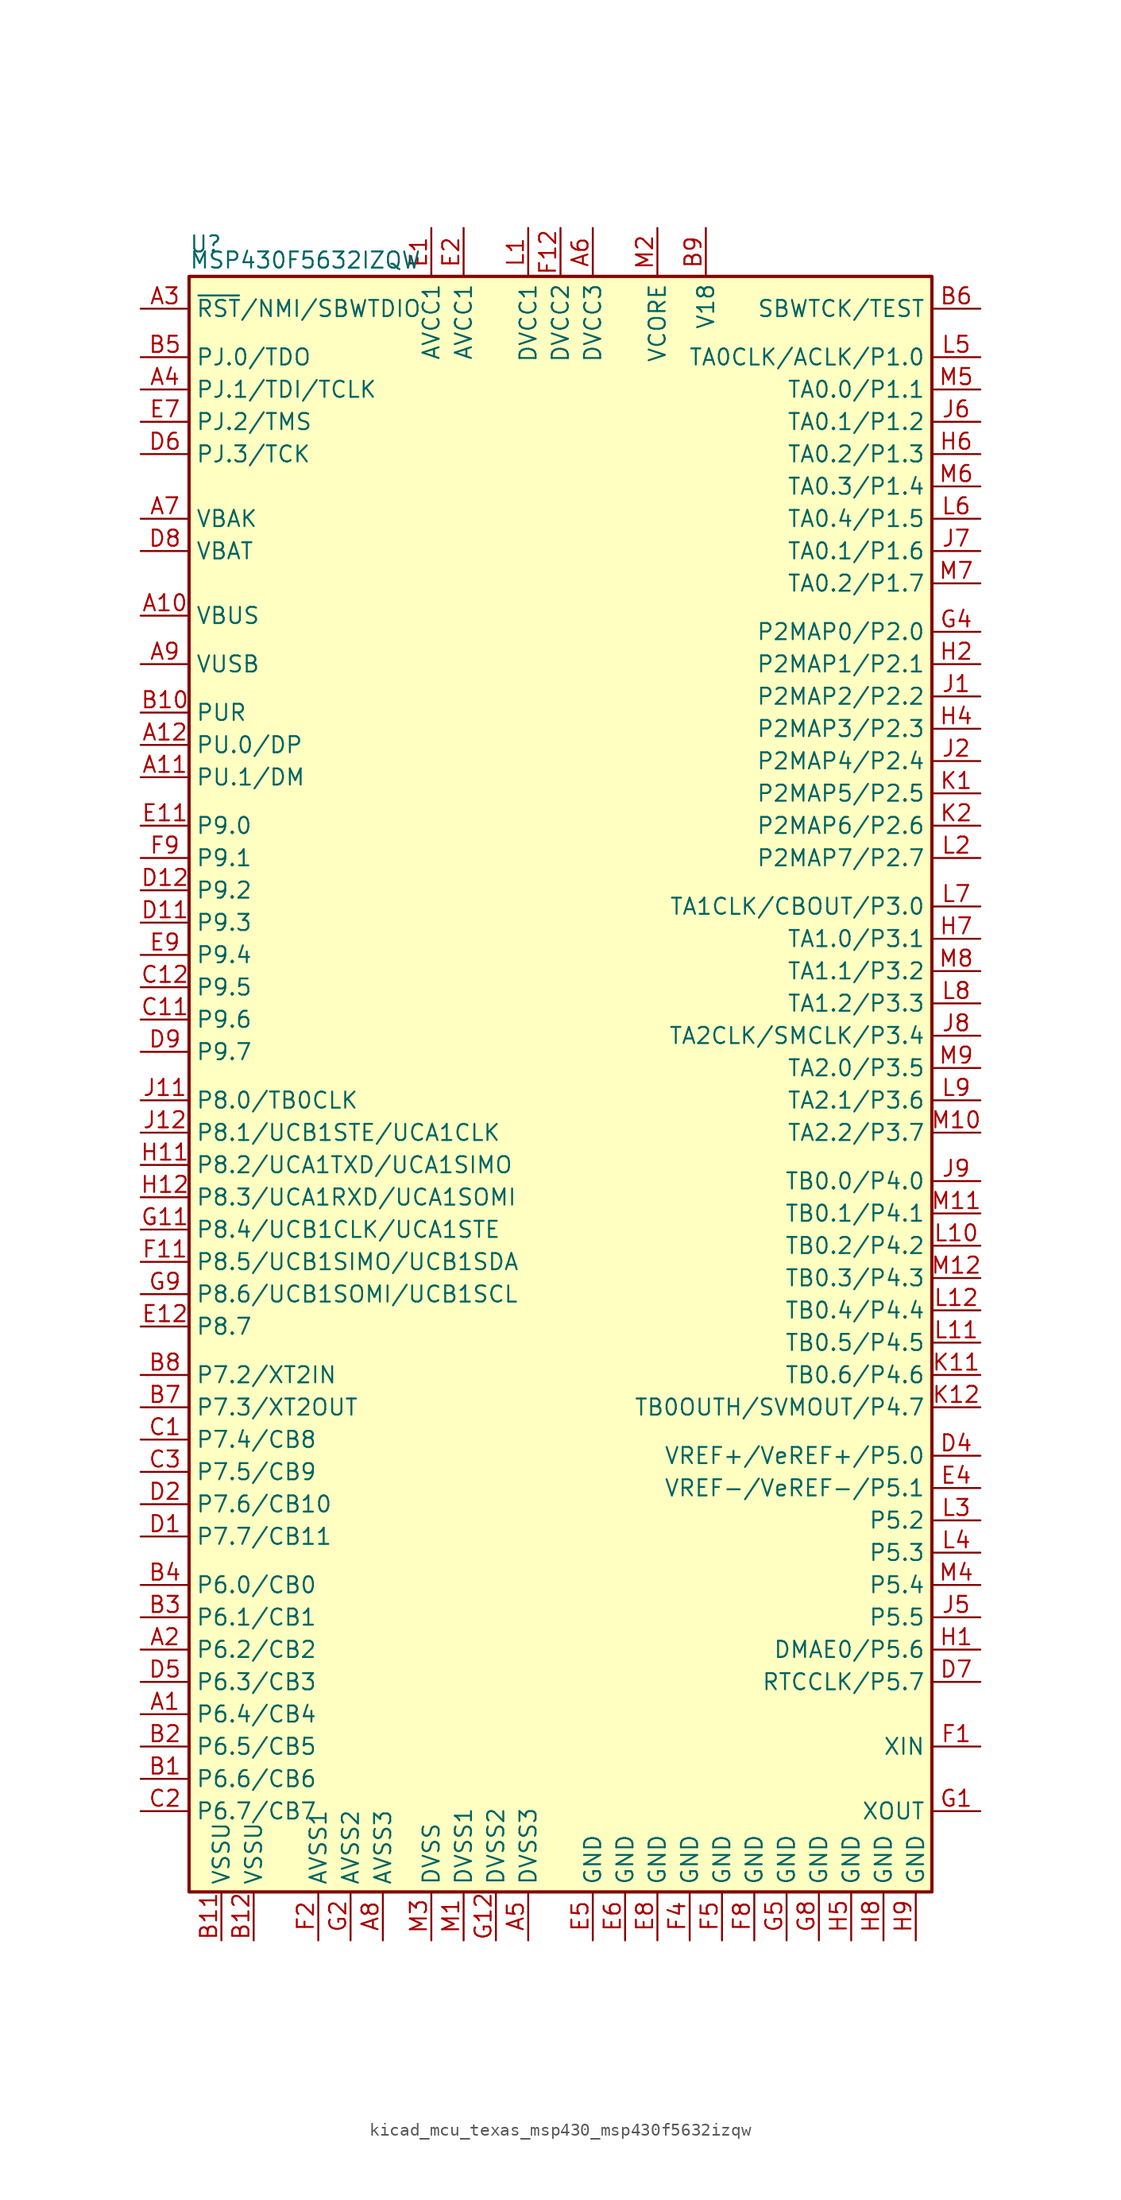
<source format=kicad_sym>
(kicad_symbol_lib
  (version 20220914)
  (generator kicad_symbol_editor)
  (symbol "kicad_mcu_texas_msp430_msp430f5632izqw"
    (property "Reference" "U"
      (at -29.21 66.04 0)
      (effects (font (size 1.27 1.27)) (justify left)))
    (property "Value" "MSP430F5632IZQW"
      (at -29.21 64.77 0)
      (effects (font (size 1.27 1.27)) (justify left)))
    (symbol "kicad_mcu_texas_msp430_msp430f5632izqw_0_1"
      (rectangle (start -29.21 63.5) (end 29.21 -63.5) (stroke (width 0.254) (type default)) (fill (type background))))
    (symbol "kicad_mcu_texas_msp430_msp430f5632izqw_1_1"
      (pin bidirectional line (at -33.02 -49.53 0) (length 3.81) (name "P6.4/CB4" (effects (font (size 1.27 1.27)))) (number "A1" (effects (font (size 1.27 1.27)))))
      (pin bidirectional line (at -33.02 36.83 0) (length 3.81) (name "VBUS" (effects (font (size 1.27 1.27)))) (number "A10" (effects (font (size 1.27 1.27)))))
      (pin bidirectional line (at -33.02 24.13 0) (length 3.81) (name "PU.1/DM" (effects (font (size 1.27 1.27)))) (number "A11" (effects (font (size 1.27 1.27)))))
      (pin bidirectional line (at -33.02 26.67 0) (length 3.81) (name "PU.0/DP" (effects (font (size 1.27 1.27)))) (number "A12" (effects (font (size 1.27 1.27)))))
      (pin bidirectional line (at -33.02 -44.45 0) (length 3.81) (name "P6.2/CB2" (effects (font (size 1.27 1.27)))) (number "A2" (effects (font (size 1.27 1.27)))))
      (pin input line (at -33.02 60.96 0) (length 3.81) (name "~{RST}/NMI/SBWTDIO" (effects (font (size 1.27 1.27)))) (number "A3" (effects (font (size 1.27 1.27)))))
      (pin bidirectional line (at -33.02 54.61 0) (length 3.81) (name "PJ.1/TDI/TCLK" (effects (font (size 1.27 1.27)))) (number "A4" (effects (font (size 1.27 1.27)))))
      (pin power_in line (at -2.54 -67.31 90) (length 3.81) (name "DVSS3" (effects (font (size 1.27 1.27)))) (number "A5" (effects (font (size 1.27 1.27)))))
      (pin power_in line (at 2.54 67.31 270) (length 3.81) (name "DVCC3" (effects (font (size 1.27 1.27)))) (number "A6" (effects (font (size 1.27 1.27)))))
      (pin bidirectional line (at -33.02 44.45 0) (length 3.81) (name "VBAK" (effects (font (size 1.27 1.27)))) (number "A7" (effects (font (size 1.27 1.27)))))
      (pin power_in line (at -13.97 -67.31 90) (length 3.81) (name "AVSS3" (effects (font (size 1.27 1.27)))) (number "A8" (effects (font (size 1.27 1.27)))))
      (pin bidirectional line (at -33.02 33.02 0) (length 3.81) (name "VUSB" (effects (font (size 1.27 1.27)))) (number "A9" (effects (font (size 1.27 1.27)))))
      (pin bidirectional line (at -33.02 -54.61 0) (length 3.81) (name "P6.6/CB6" (effects (font (size 1.27 1.27)))) (number "B1" (effects (font (size 1.27 1.27)))))
      (pin bidirectional line (at -33.02 29.21 0) (length 3.81) (name "PUR" (effects (font (size 1.27 1.27)))) (number "B10" (effects (font (size 1.27 1.27)))))
      (pin power_in line (at -26.67 -67.31 90) (length 3.81) (name "VSSU" (effects (font (size 1.27 1.27)))) (number "B11" (effects (font (size 1.27 1.27)))))
      (pin power_in line (at -24.13 -67.31 90) (length 3.81) (name "VSSU" (effects (font (size 1.27 1.27)))) (number "B12" (effects (font (size 1.27 1.27)))))
      (pin bidirectional line (at -33.02 -52.07 0) (length 3.81) (name "P6.5/CB5" (effects (font (size 1.27 1.27)))) (number "B2" (effects (font (size 1.27 1.27)))))
      (pin bidirectional line (at -33.02 -41.91 0) (length 3.81) (name "P6.1/CB1" (effects (font (size 1.27 1.27)))) (number "B3" (effects (font (size 1.27 1.27)))))
      (pin bidirectional line (at -33.02 -39.37 0) (length 3.81) (name "P6.0/CB0" (effects (font (size 1.27 1.27)))) (number "B4" (effects (font (size 1.27 1.27)))))
      (pin bidirectional line (at -33.02 57.15 0) (length 3.81) (name "PJ.0/TDO" (effects (font (size 1.27 1.27)))) (number "B5" (effects (font (size 1.27 1.27)))))
      (pin input line (at 33.02 60.96 180) (length 3.81) (name "SBWTCK/TEST" (effects (font (size 1.27 1.27)))) (number "B6" (effects (font (size 1.27 1.27)))))
      (pin bidirectional line (at -33.02 -25.4 0) (length 3.81) (name "P7.3/XT2OUT" (effects (font (size 1.27 1.27)))) (number "B7" (effects (font (size 1.27 1.27)))))
      (pin bidirectional line (at -33.02 -22.86 0) (length 3.81) (name "P7.2/XT2IN" (effects (font (size 1.27 1.27)))) (number "B8" (effects (font (size 1.27 1.27)))))
      (pin passive line (at 11.43 67.31 270) (length 3.81) (name "V18" (effects (font (size 1.27 1.27)))) (number "B9" (effects (font (size 1.27 1.27)))))
      (pin bidirectional line (at -33.02 -27.94 0) (length 3.81) (name "P7.4/CB8" (effects (font (size 1.27 1.27)))) (number "C1" (effects (font (size 1.27 1.27)))))
      (pin bidirectional line (at -33.02 5.08 0) (length 3.81) (name "P9.6" (effects (font (size 1.27 1.27)))) (number "C11" (effects (font (size 1.27 1.27)))))
      (pin bidirectional line (at -33.02 7.62 0) (length 3.81) (name "P9.5" (effects (font (size 1.27 1.27)))) (number "C12" (effects (font (size 1.27 1.27)))))
      (pin bidirectional line (at -33.02 -57.15 0) (length 3.81) (name "P6.7/CB7" (effects (font (size 1.27 1.27)))) (number "C2" (effects (font (size 1.27 1.27)))))
      (pin bidirectional line (at -33.02 -30.48 0) (length 3.81) (name "P7.5/CB9" (effects (font (size 1.27 1.27)))) (number "C3" (effects (font (size 1.27 1.27)))))
      (pin bidirectional line (at -33.02 -35.56 0) (length 3.81) (name "P7.7/CB11" (effects (font (size 1.27 1.27)))) (number "D1" (effects (font (size 1.27 1.27)))))
      (pin bidirectional line (at -33.02 12.7 0) (length 3.81) (name "P9.3" (effects (font (size 1.27 1.27)))) (number "D11" (effects (font (size 1.27 1.27)))))
      (pin bidirectional line (at -33.02 15.24 0) (length 3.81) (name "P9.2" (effects (font (size 1.27 1.27)))) (number "D12" (effects (font (size 1.27 1.27)))))
      (pin bidirectional line (at -33.02 -33.02 0) (length 3.81) (name "P7.6/CB10" (effects (font (size 1.27 1.27)))) (number "D2" (effects (font (size 1.27 1.27)))))
      (pin bidirectional line (at 33.02 -29.21 180) (length 3.81) (name "VREF+/VeREF+/P5.0" (effects (font (size 1.27 1.27)))) (number "D4" (effects (font (size 1.27 1.27)))))
      (pin bidirectional line (at -33.02 -46.99 0) (length 3.81) (name "P6.3/CB3" (effects (font (size 1.27 1.27)))) (number "D5" (effects (font (size 1.27 1.27)))))
      (pin bidirectional line (at -33.02 49.53 0) (length 3.81) (name "PJ.3/TCK" (effects (font (size 1.27 1.27)))) (number "D6" (effects (font (size 1.27 1.27)))))
      (pin bidirectional line (at 33.02 -46.99 180) (length 3.81) (name "RTCCLK/P5.7" (effects (font (size 1.27 1.27)))) (number "D7" (effects (font (size 1.27 1.27)))))
      (pin bidirectional line (at -33.02 41.91 0) (length 3.81) (name "VBAT" (effects (font (size 1.27 1.27)))) (number "D8" (effects (font (size 1.27 1.27)))))
      (pin bidirectional line (at -33.02 2.54 0) (length 3.81) (name "P9.7" (effects (font (size 1.27 1.27)))) (number "D9" (effects (font (size 1.27 1.27)))))
      (pin power_in line (at -10.16 67.31 270) (length 3.81) (name "AVCC1" (effects (font (size 1.27 1.27)))) (number "E1" (effects (font (size 1.27 1.27)))))
      (pin bidirectional line (at -33.02 20.32 0) (length 3.81) (name "P9.0" (effects (font (size 1.27 1.27)))) (number "E11" (effects (font (size 1.27 1.27)))))
      (pin bidirectional line (at -33.02 -19.05 0) (length 3.81) (name "P8.7" (effects (font (size 1.27 1.27)))) (number "E12" (effects (font (size 1.27 1.27)))))
      (pin power_in line (at -7.62 67.31 270) (length 3.81) (name "AVCC1" (effects (font (size 1.27 1.27)))) (number "E2" (effects (font (size 1.27 1.27)))))
      (pin bidirectional line (at 33.02 -31.75 180) (length 3.81) (name "VREF-/VeREF-/P5.1" (effects (font (size 1.27 1.27)))) (number "E4" (effects (font (size 1.27 1.27)))))
      (pin power_in line (at 2.54 -67.31 90) (length 3.81) (name "GND" (effects (font (size 1.27 1.27)))) (number "E5" (effects (font (size 1.27 1.27)))))
      (pin power_in line (at 5.08 -67.31 90) (length 3.81) (name "GND" (effects (font (size 1.27 1.27)))) (number "E6" (effects (font (size 1.27 1.27)))))
      (pin bidirectional line (at -33.02 52.07 0) (length 3.81) (name "PJ.2/TMS" (effects (font (size 1.27 1.27)))) (number "E7" (effects (font (size 1.27 1.27)))))
      (pin power_in line (at 7.62 -67.31 90) (length 3.81) (name "GND" (effects (font (size 1.27 1.27)))) (number "E8" (effects (font (size 1.27 1.27)))))
      (pin bidirectional line (at -33.02 10.16 0) (length 3.81) (name "P9.4" (effects (font (size 1.27 1.27)))) (number "E9" (effects (font (size 1.27 1.27)))))
      (pin bidirectional line (at 33.02 -52.07 180) (length 3.81) (name "XIN" (effects (font (size 1.27 1.27)))) (number "F1" (effects (font (size 1.27 1.27)))))
      (pin bidirectional line (at -33.02 -13.97 0) (length 3.81) (name "P8.5/UCB1SIMO/UCB1SDA" (effects (font (size 1.27 1.27)))) (number "F11" (effects (font (size 1.27 1.27)))))
      (pin power_in line (at 0 67.31 270) (length 3.81) (name "DVCC2" (effects (font (size 1.27 1.27)))) (number "F12" (effects (font (size 1.27 1.27)))))
      (pin power_in line (at -19.05 -67.31 90) (length 3.81) (name "AVSS1" (effects (font (size 1.27 1.27)))) (number "F2" (effects (font (size 1.27 1.27)))))
      (pin power_in line (at 10.16 -67.31 90) (length 3.81) (name "GND" (effects (font (size 1.27 1.27)))) (number "F4" (effects (font (size 1.27 1.27)))))
      (pin power_in line (at 12.7 -67.31 90) (length 3.81) (name "GND" (effects (font (size 1.27 1.27)))) (number "F5" (effects (font (size 1.27 1.27)))))
      (pin power_in line (at 15.24 -67.31 90) (length 3.81) (name "GND" (effects (font (size 1.27 1.27)))) (number "F8" (effects (font (size 1.27 1.27)))))
      (pin bidirectional line (at -33.02 17.78 0) (length 3.81) (name "P9.1" (effects (font (size 1.27 1.27)))) (number "F9" (effects (font (size 1.27 1.27)))))
      (pin bidirectional line (at 33.02 -57.15 180) (length 3.81) (name "XOUT" (effects (font (size 1.27 1.27)))) (number "G1" (effects (font (size 1.27 1.27)))))
      (pin bidirectional line (at -33.02 -11.43 0) (length 3.81) (name "P8.4/UCB1CLK/UCA1STE" (effects (font (size 1.27 1.27)))) (number "G11" (effects (font (size 1.27 1.27)))))
      (pin power_in line (at -5.08 -67.31 90) (length 3.81) (name "DVSS2" (effects (font (size 1.27 1.27)))) (number "G12" (effects (font (size 1.27 1.27)))))
      (pin power_in line (at -16.51 -67.31 90) (length 3.81) (name "AVSS2" (effects (font (size 1.27 1.27)))) (number "G2" (effects (font (size 1.27 1.27)))))
      (pin bidirectional line (at 33.02 35.56 180) (length 3.81) (name "P2MAP0/P2.0" (effects (font (size 1.27 1.27)))) (number "G4" (effects (font (size 1.27 1.27)))))
      (pin power_in line (at 17.78 -67.31 90) (length 3.81) (name "GND" (effects (font (size 1.27 1.27)))) (number "G5" (effects (font (size 1.27 1.27)))))
      (pin power_in line (at 20.32 -67.31 90) (length 3.81) (name "GND" (effects (font (size 1.27 1.27)))) (number "G8" (effects (font (size 1.27 1.27)))))
      (pin bidirectional line (at -33.02 -16.51 0) (length 3.81) (name "P8.6/UCB1SOMI/UCB1SCL" (effects (font (size 1.27 1.27)))) (number "G9" (effects (font (size 1.27 1.27)))))
      (pin bidirectional line (at 33.02 -44.45 180) (length 3.81) (name "DMAE0/P5.6" (effects (font (size 1.27 1.27)))) (number "H1" (effects (font (size 1.27 1.27)))))
      (pin bidirectional line (at -33.02 -6.35 0) (length 3.81) (name "P8.2/UCA1TXD/UCA1SIMO" (effects (font (size 1.27 1.27)))) (number "H11" (effects (font (size 1.27 1.27)))))
      (pin bidirectional line (at -33.02 -8.89 0) (length 3.81) (name "P8.3/UCA1RXD/UCA1SOMI" (effects (font (size 1.27 1.27)))) (number "H12" (effects (font (size 1.27 1.27)))))
      (pin bidirectional line (at 33.02 33.02 180) (length 3.81) (name "P2MAP1/P2.1" (effects (font (size 1.27 1.27)))) (number "H2" (effects (font (size 1.27 1.27)))))
      (pin bidirectional line (at 33.02 27.94 180) (length 3.81) (name "P2MAP3/P2.3" (effects (font (size 1.27 1.27)))) (number "H4" (effects (font (size 1.27 1.27)))))
      (pin power_in line (at 22.86 -67.31 90) (length 3.81) (name "GND" (effects (font (size 1.27 1.27)))) (number "H5" (effects (font (size 1.27 1.27)))))
      (pin bidirectional line (at 33.02 49.53 180) (length 3.81) (name "TA0.2/P1.3" (effects (font (size 1.27 1.27)))) (number "H6" (effects (font (size 1.27 1.27)))))
      (pin bidirectional line (at 33.02 11.43 180) (length 3.81) (name "TA1.0/P3.1" (effects (font (size 1.27 1.27)))) (number "H7" (effects (font (size 1.27 1.27)))))
      (pin power_in line (at 25.4 -67.31 90) (length 3.81) (name "GND" (effects (font (size 1.27 1.27)))) (number "H8" (effects (font (size 1.27 1.27)))))
      (pin power_in line (at 27.94 -67.31 90) (length 3.81) (name "GND" (effects (font (size 1.27 1.27)))) (number "H9" (effects (font (size 1.27 1.27)))))
      (pin bidirectional line (at 33.02 30.48 180) (length 3.81) (name "P2MAP2/P2.2" (effects (font (size 1.27 1.27)))) (number "J1" (effects (font (size 1.27 1.27)))))
      (pin bidirectional line (at -33.02 -1.27 0) (length 3.81) (name "P8.0/TB0CLK" (effects (font (size 1.27 1.27)))) (number "J11" (effects (font (size 1.27 1.27)))))
      (pin bidirectional line (at -33.02 -3.81 0) (length 3.81) (name "P8.1/UCB1STE/UCA1CLK" (effects (font (size 1.27 1.27)))) (number "J12" (effects (font (size 1.27 1.27)))))
      (pin bidirectional line (at 33.02 25.4 180) (length 3.81) (name "P2MAP4/P2.4" (effects (font (size 1.27 1.27)))) (number "J2" (effects (font (size 1.27 1.27)))))
      (pin bidirectional line (at 33.02 -41.91 180) (length 3.81) (name "P5.5" (effects (font (size 1.27 1.27)))) (number "J5" (effects (font (size 1.27 1.27)))))
      (pin bidirectional line (at 33.02 52.07 180) (length 3.81) (name "TA0.1/P1.2" (effects (font (size 1.27 1.27)))) (number "J6" (effects (font (size 1.27 1.27)))))
      (pin bidirectional line (at 33.02 41.91 180) (length 3.81) (name "TA0.1/P1.6" (effects (font (size 1.27 1.27)))) (number "J7" (effects (font (size 1.27 1.27)))))
      (pin bidirectional line (at 33.02 3.81 180) (length 3.81) (name "TA2CLK/SMCLK/P3.4" (effects (font (size 1.27 1.27)))) (number "J8" (effects (font (size 1.27 1.27)))))
      (pin bidirectional line (at 33.02 -7.62 180) (length 3.81) (name "TB0.0/P4.0" (effects (font (size 1.27 1.27)))) (number "J9" (effects (font (size 1.27 1.27)))))
      (pin bidirectional line (at 33.02 22.86 180) (length 3.81) (name "P2MAP5/P2.5" (effects (font (size 1.27 1.27)))) (number "K1" (effects (font (size 1.27 1.27)))))
      (pin bidirectional line (at 33.02 -22.86 180) (length 3.81) (name "TB0.6/P4.6" (effects (font (size 1.27 1.27)))) (number "K11" (effects (font (size 1.27 1.27)))))
      (pin bidirectional line (at 33.02 -25.4 180) (length 3.81) (name "TB0OUTH/SVMOUT/P4.7" (effects (font (size 1.27 1.27)))) (number "K12" (effects (font (size 1.27 1.27)))))
      (pin bidirectional line (at 33.02 20.32 180) (length 3.81) (name "P2MAP6/P2.6" (effects (font (size 1.27 1.27)))) (number "K2" (effects (font (size 1.27 1.27)))))
      (pin power_in line (at -2.54 67.31 270) (length 3.81) (name "DVCC1" (effects (font (size 1.27 1.27)))) (number "L1" (effects (font (size 1.27 1.27)))))
      (pin bidirectional line (at 33.02 -12.7 180) (length 3.81) (name "TB0.2/P4.2" (effects (font (size 1.27 1.27)))) (number "L10" (effects (font (size 1.27 1.27)))))
      (pin bidirectional line (at 33.02 -20.32 180) (length 3.81) (name "TB0.5/P4.5" (effects (font (size 1.27 1.27)))) (number "L11" (effects (font (size 1.27 1.27)))))
      (pin bidirectional line (at 33.02 -17.78 180) (length 3.81) (name "TB0.4/P4.4" (effects (font (size 1.27 1.27)))) (number "L12" (effects (font (size 1.27 1.27)))))
      (pin bidirectional line (at 33.02 17.78 180) (length 3.81) (name "P2MAP7/P2.7" (effects (font (size 1.27 1.27)))) (number "L2" (effects (font (size 1.27 1.27)))))
      (pin bidirectional line (at 33.02 -34.29 180) (length 3.81) (name "P5.2" (effects (font (size 1.27 1.27)))) (number "L3" (effects (font (size 1.27 1.27)))))
      (pin bidirectional line (at 33.02 -36.83 180) (length 3.81) (name "P5.3" (effects (font (size 1.27 1.27)))) (number "L4" (effects (font (size 1.27 1.27)))))
      (pin bidirectional line (at 33.02 57.15 180) (length 3.81) (name "TA0CLK/ACLK/P1.0" (effects (font (size 1.27 1.27)))) (number "L5" (effects (font (size 1.27 1.27)))))
      (pin bidirectional line (at 33.02 44.45 180) (length 3.81) (name "TA0.4/P1.5" (effects (font (size 1.27 1.27)))) (number "L6" (effects (font (size 1.27 1.27)))))
      (pin bidirectional line (at 33.02 13.97 180) (length 3.81) (name "TA1CLK/CBOUT/P3.0" (effects (font (size 1.27 1.27)))) (number "L7" (effects (font (size 1.27 1.27)))))
      (pin bidirectional line (at 33.02 6.35 180) (length 3.81) (name "TA1.2/P3.3" (effects (font (size 1.27 1.27)))) (number "L8" (effects (font (size 1.27 1.27)))))
      (pin bidirectional line (at 33.02 -1.27 180) (length 3.81) (name "TA2.1/P3.6" (effects (font (size 1.27 1.27)))) (number "L9" (effects (font (size 1.27 1.27)))))
      (pin power_in line (at -7.62 -67.31 90) (length 3.81) (name "DVSS1" (effects (font (size 1.27 1.27)))) (number "M1" (effects (font (size 1.27 1.27)))))
      (pin bidirectional line (at 33.02 -3.81 180) (length 3.81) (name "TA2.2/P3.7" (effects (font (size 1.27 1.27)))) (number "M10" (effects (font (size 1.27 1.27)))))
      (pin bidirectional line (at 33.02 -10.16 180) (length 3.81) (name "TB0.1/P4.1" (effects (font (size 1.27 1.27)))) (number "M11" (effects (font (size 1.27 1.27)))))
      (pin bidirectional line (at 33.02 -15.24 180) (length 3.81) (name "TB0.3/P4.3" (effects (font (size 1.27 1.27)))) (number "M12" (effects (font (size 1.27 1.27)))))
      (pin bidirectional line (at 7.62 67.31 270) (length 3.81) (name "VCORE" (effects (font (size 1.27 1.27)))) (number "M2" (effects (font (size 1.27 1.27)))))
      (pin power_in line (at -10.16 -67.31 90) (length 3.81) (name "DVSS" (effects (font (size 1.27 1.27)))) (number "M3" (effects (font (size 1.27 1.27)))))
      (pin bidirectional line (at 33.02 -39.37 180) (length 3.81) (name "P5.4" (effects (font (size 1.27 1.27)))) (number "M4" (effects (font (size 1.27 1.27)))))
      (pin bidirectional line (at 33.02 54.61 180) (length 3.81) (name "TA0.0/P1.1" (effects (font (size 1.27 1.27)))) (number "M5" (effects (font (size 1.27 1.27)))))
      (pin bidirectional line (at 33.02 46.99 180) (length 3.81) (name "TA0.3/P1.4" (effects (font (size 1.27 1.27)))) (number "M6" (effects (font (size 1.27 1.27)))))
      (pin bidirectional line (at 33.02 39.37 180) (length 3.81) (name "TA0.2/P1.7" (effects (font (size 1.27 1.27)))) (number "M7" (effects (font (size 1.27 1.27)))))
      (pin bidirectional line (at 33.02 8.89 180) (length 3.81) (name "TA1.1/P3.2" (effects (font (size 1.27 1.27)))) (number "M8" (effects (font (size 1.27 1.27)))))
      (pin bidirectional line (at 33.02 1.27 180) (length 3.81) (name "TA2.0/P3.5" (effects (font (size 1.27 1.27)))) (number "M9" (effects (font (size 1.27 1.27))))))))
</source>
